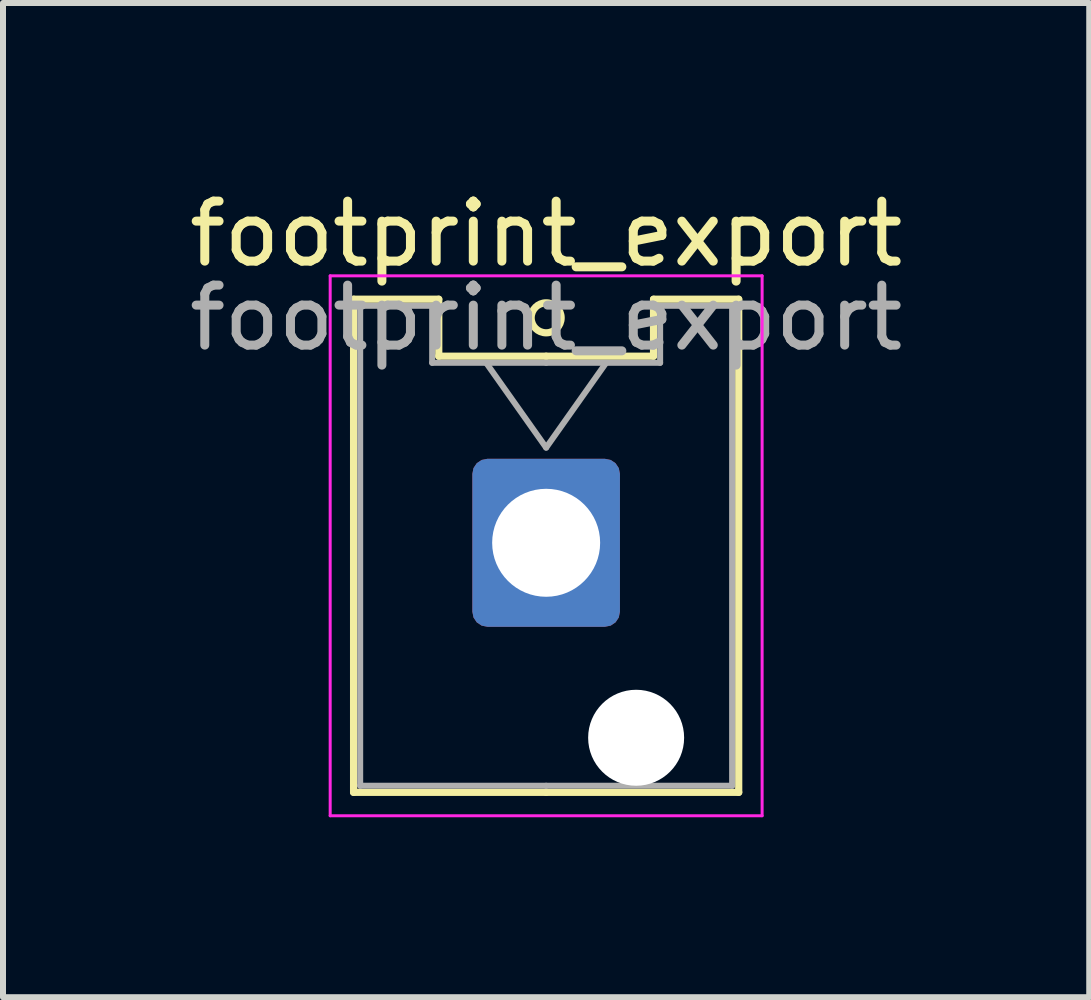
<source format=kicad_pcb>
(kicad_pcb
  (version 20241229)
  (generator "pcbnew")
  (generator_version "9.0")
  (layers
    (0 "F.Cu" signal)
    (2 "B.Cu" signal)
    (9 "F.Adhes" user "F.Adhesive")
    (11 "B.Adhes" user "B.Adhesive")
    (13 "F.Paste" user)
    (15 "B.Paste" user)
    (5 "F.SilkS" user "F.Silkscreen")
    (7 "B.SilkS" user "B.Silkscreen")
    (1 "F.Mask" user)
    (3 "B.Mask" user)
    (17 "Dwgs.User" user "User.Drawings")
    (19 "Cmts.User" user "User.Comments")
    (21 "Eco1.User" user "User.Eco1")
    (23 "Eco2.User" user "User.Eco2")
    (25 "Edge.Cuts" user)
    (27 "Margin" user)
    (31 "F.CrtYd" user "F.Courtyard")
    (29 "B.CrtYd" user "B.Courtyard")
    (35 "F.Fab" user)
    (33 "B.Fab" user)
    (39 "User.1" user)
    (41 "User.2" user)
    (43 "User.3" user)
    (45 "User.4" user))
  (footprint "footprint_export"
    (layer "F.Cu")
    (at 6.054 5.998)
    (property "Reference" "footprint_export" (at 0 -5.15 0) (layer "F.SilkS") (effects (font (size 1 1) (thickness 0.15))))
    (attr through_hole)
    (fp_line (start -3.21 -4.06) (end -1.79 -4.06) (stroke (width 0.12) (type solid)) (layer "F.SilkS"))
    (fp_line (start -3.21 4.16) (end -3.21 -4.06) (stroke (width 0.12) (type solid)) (layer "F.SilkS"))
    (fp_line (start -1.79 -4.06) (end -1.79 -3.11) (stroke (width 0.12) (type solid)) (layer "F.SilkS"))
    (fp_line (start -1.79 -3.11) (end 0 -3.11) (stroke (width 0.12) (type solid)) (layer "F.SilkS"))
    (fp_line (start 0 4.16) (end -3.21 4.16) (stroke (width 0.12) (type solid)) (layer "F.SilkS"))
    (fp_line (start 0 4.16) (end 3.21 4.16) (stroke (width 0.12) (type solid)) (layer "F.SilkS"))
    (fp_line (start 1.79 -4.06) (end 1.79 -3.11) (stroke (width 0.12) (type solid)) (layer "F.SilkS"))
    (fp_line (start 1.79 -3.11) (end 0 -3.11) (stroke (width 0.12) (type solid)) (layer "F.SilkS"))
    (fp_line (start 3.21 -4.06) (end 1.79 -4.06) (stroke (width 0.12) (type solid)) (layer "F.SilkS"))
    (fp_line (start 3.21 4.16) (end 3.21 -4.06) (stroke (width 0.12) (type solid)) (layer "F.SilkS"))
    (fp_circle (center 0 -3.75) (end 0.25 -3.75) (stroke (width 0.12) (type solid)) (fill no) (layer "F.SilkS"))
    (fp_line (start -3.6 -4.45) (end -3.6 4.55) (stroke (width 0.05) (type solid)) (layer "F.CrtYd"))
    (fp_line (start -3.6 4.55) (end 3.6 4.55) (stroke (width 0.05) (type solid)) (layer "F.CrtYd"))
    (fp_line (start 3.6 -4.45) (end -3.6 -4.45) (stroke (width 0.05) (type solid)) (layer "F.CrtYd"))
    (fp_line (start 3.6 4.55) (end 3.6 -4.45) (stroke (width 0.05) (type solid)) (layer "F.CrtYd"))
    (fp_line (start -3.1 -3.95) (end -1.9 -3.95) (stroke (width 0.1) (type solid)) (layer "F.Fab"))
    (fp_line (start -3.1 4.05) (end -3.1 -3.95) (stroke (width 0.1) (type solid)) (layer "F.Fab"))
    (fp_line (start -1.9 -3.95) (end -1.9 -3) (stroke (width 0.1) (type solid)) (layer "F.Fab"))
    (fp_line (start -1.9 -3) (end 0 -3) (stroke (width 0.1) (type solid)) (layer "F.Fab"))
    (fp_line (start -1 -3) (end 0 -1.586) (stroke (width 0.1) (type solid)) (layer "F.Fab"))
    (fp_line (start 0 -1.586) (end 1 -3) (stroke (width 0.1) (type solid)) (layer "F.Fab"))
    (fp_line (start 0 4.05) (end -3.1 4.05) (stroke (width 0.1) (type solid)) (layer "F.Fab"))
    (fp_line (start 0 4.05) (end 3.1 4.05) (stroke (width 0.1) (type solid)) (layer "F.Fab"))
    (fp_line (start 1.9 -3.95) (end 1.9 -3) (stroke (width 0.1) (type solid)) (layer "F.Fab"))
    (fp_line (start 1.9 -3) (end 0 -3) (stroke (width 0.1) (type solid)) (layer "F.Fab"))
    (fp_line (start 3.1 -3.95) (end 1.9 -3.95) (stroke (width 0.1) (type solid)) (layer "F.Fab"))
    (fp_line (start 3.1 4.05) (end 3.1 -3.95) (stroke (width 0.1) (type solid)) (layer "F.Fab"))
    (fp_text user "${REFERENCE}" (at 0 -3.75 0) (layer "F.Fab") (effects (font (size 1 1) (thickness 0.15))))
    (pad "" np_thru_hole circle (at 1.5 3.25) (size 1.6 1.6) (drill 1.6) (layers "*.Cu" "*.Mask"))
    (pad "1" thru_hole roundrect (at 0 0) (size 2.46 2.8) (drill 1.8) (layers "*.Cu" "*.Mask") (roundrect_rratio 0.102)))
  (gr_rect
    (start -3 -3)
    (end 15.107 13.573)
    (stroke (width 0.1) (type default))
    (fill no)
    (layer "Edge.Cuts")))
</source>
